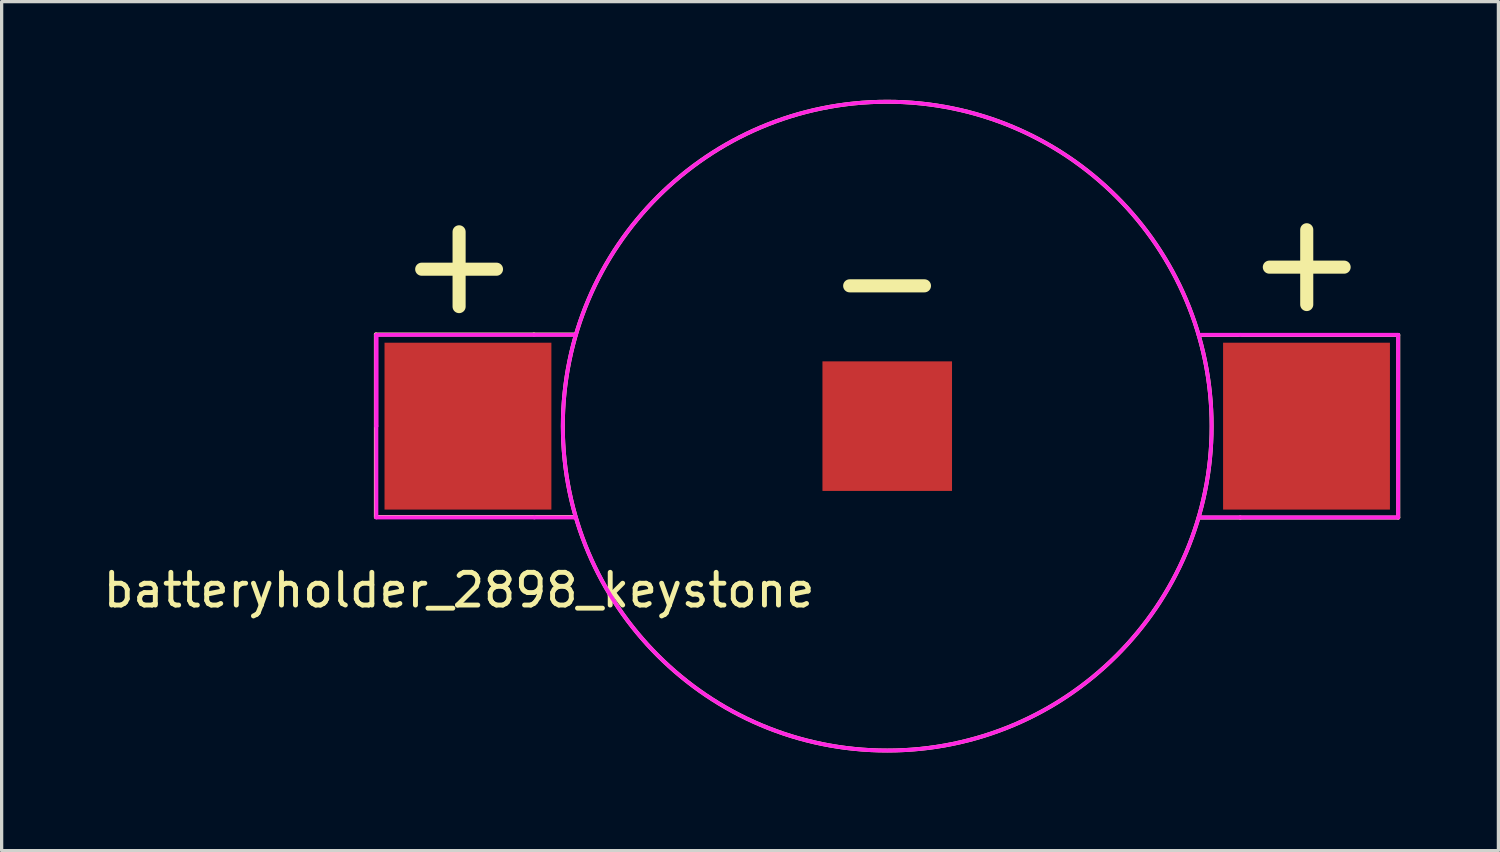
<source format=kicad_pcb>
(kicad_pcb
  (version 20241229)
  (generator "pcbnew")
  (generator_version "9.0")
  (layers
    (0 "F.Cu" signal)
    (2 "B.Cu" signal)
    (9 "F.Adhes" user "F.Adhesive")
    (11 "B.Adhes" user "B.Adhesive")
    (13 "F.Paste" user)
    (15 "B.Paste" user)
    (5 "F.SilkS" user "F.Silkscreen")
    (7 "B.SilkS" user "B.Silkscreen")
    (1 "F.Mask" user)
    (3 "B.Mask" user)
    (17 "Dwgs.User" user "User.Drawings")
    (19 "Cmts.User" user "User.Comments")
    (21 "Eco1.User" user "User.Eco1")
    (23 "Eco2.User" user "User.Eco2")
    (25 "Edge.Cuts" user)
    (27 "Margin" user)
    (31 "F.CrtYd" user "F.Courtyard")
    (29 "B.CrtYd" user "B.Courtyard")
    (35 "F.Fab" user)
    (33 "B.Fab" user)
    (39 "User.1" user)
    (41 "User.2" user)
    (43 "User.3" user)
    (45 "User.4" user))
  (footprint "batteryholder_2898_keystone"
    (layer "F.Cu")
    (at 24.068 9.975)
    (property "Reference" "batteryholder_2898_keystone" (at -13.086 5.013 0) (unlocked yes) (layer "F.SilkS") (effects (font (size 1 1) (thickness 0.15))))
    (attr through_hole)
    (fp_line (start -15.63 -2.802) (end -10.8 -2.802) (stroke (width 0.12) (type solid)) (layer "F.SilkS"))
    (fp_line (start -15.63 2.778) (end -15.63 -2.802) (stroke (width 0.12) (type solid)) (layer "F.SilkS"))
    (fp_line (start -15.63 2.778) (end -10.8 2.778) (stroke (width 0.12) (type solid)) (layer "F.SilkS"))
    (fp_line (start -10.8 -2.802) (end -9.535 -2.802) (stroke (width 0.12) (type solid)) (layer "F.SilkS"))
    (fp_line (start -10.8 2.778) (end -9.535 2.778) (stroke (width 0.12) (type solid)) (layer "F.SilkS"))
    (fp_line (start 10.79 -2.786) (end 9.525 -2.786) (stroke (width 0.12) (type solid)) (layer "F.SilkS"))
    (fp_line (start 10.79 2.794) (end 9.525 2.794) (stroke (width 0.12) (type solid)) (layer "F.SilkS"))
    (fp_line (start 15.62 -2.786) (end 10.79 -2.786) (stroke (width 0.12) (type solid)) (layer "F.SilkS"))
    (fp_line (start 15.62 -2.786) (end 15.62 2.794) (stroke (width 0.12) (type solid)) (layer "F.SilkS"))
    (fp_line (start 15.62 2.794) (end 10.79 2.794) (stroke (width 0.12) (type solid)) (layer "F.SilkS"))
    (fp_circle (center 0 0) (end 9.915 0) (stroke (width 0.12) (type solid)) (fill no) (layer "F.SilkS"))
    (fp_line (start -15.615 -2.79) (end -15.615 0) (stroke (width 0.12) (type solid)) (layer "F.CrtYd"))
    (fp_line (start -15.615 -2.79) (end -10.785 -2.79) (stroke (width 0.12) (type solid)) (layer "F.CrtYd"))
    (fp_line (start -15.615 0) (end -15.615 -2.79) (stroke (width 0.12) (type solid)) (layer "F.CrtYd"))
    (fp_line (start -15.615 0) (end -15.615 2.79) (stroke (width 0.12) (type solid)) (layer "F.CrtYd"))
    (fp_line (start -15.615 2.79) (end -10.785 2.79) (stroke (width 0.12) (type solid)) (layer "F.CrtYd"))
    (fp_line (start -10.785 -2.79) (end -9.51 -2.79) (stroke (width 0.12) (type solid)) (layer "F.CrtYd"))
    (fp_line (start -10.785 2.79) (end -9.52 2.79) (stroke (width 0.12) (type solid)) (layer "F.CrtYd"))
    (fp_line (start -9.52 2.79) (end -9.56 2.79) (stroke (width 0.12) (type solid)) (layer "F.CrtYd"))
    (fp_line (start 10.785 -2.79) (end 9.52 -2.79) (stroke (width 0.12) (type solid)) (layer "F.CrtYd"))
    (fp_line (start 10.785 2.79) (end 9.52 2.79) (stroke (width 0.12) (type solid)) (layer "F.CrtYd"))
    (fp_line (start 15.615 -2.79) (end 10.785 -2.79) (stroke (width 0.12) (type solid)) (layer "F.CrtYd"))
    (fp_line (start 15.615 -2.79) (end 15.615 2.79) (stroke (width 0.12) (type solid)) (layer "F.CrtYd"))
    (fp_line (start 15.615 2.79) (end 10.785 2.79) (stroke (width 0.12) (type solid)) (layer "F.CrtYd"))
    (fp_circle (center 0 0) (end 9.915 0) (stroke (width 0.12) (type solid)) (fill no) (layer "F.CrtYd"))
    (fp_text user "+" (at -13.086 -5.021 0) (layer "F.SilkS") (effects (font (size 3 3) (thickness 0.4))))
    (fp_text user "+" (at 12.822 -5.084 0) (layer "F.SilkS") (effects (font (size 3 3) (thickness 0.4))))
    (fp_text user "-" (at -0.005 -4.513 0) (layer "F.SilkS") (effects (font (size 3 3) (thickness 0.4))))
    (pad "1" smd rect (at 0 0) (size 3.96 3.96) (layers "F.Cu" "F.Mask" "F.Paste"))
    (pad "2" smd rect (at -12.815 0) (size 5.1 5.1) (layers "F.Cu" "F.Mask" "F.Paste"))
    (pad "2" smd rect (at 12.815 0) (size 5.1 5.1) (layers "F.Cu" "F.Mask" "F.Paste")))
  (gr_rect
    (start -3 -3)
    (end 42.748 22.95)
    (stroke (width 0.1) (type default))
    (fill no)
    (layer "Edge.Cuts")))
</source>
